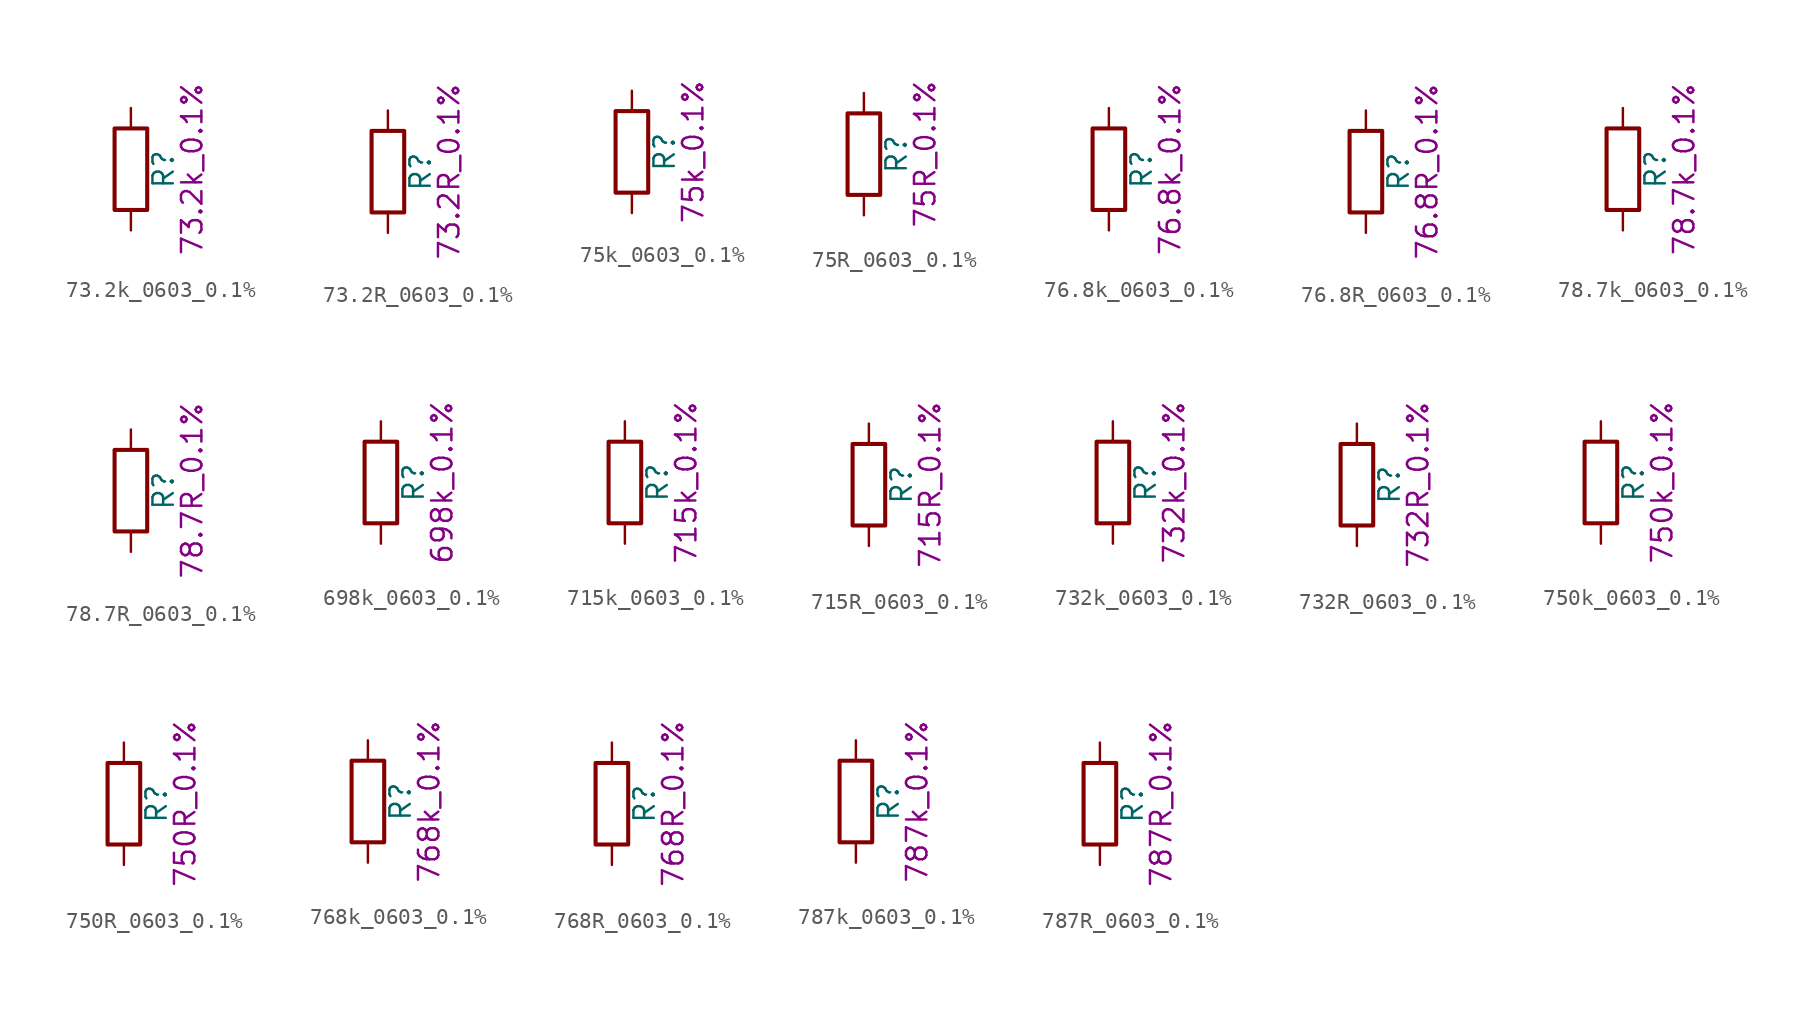
<source format=kicad_sym>
(kicad_symbol_lib
  (version 20211014)
  (generator kicad_symbol_editor)
  (symbol "73.2k_0603_0.1%"
    (pin_numbers hide)
    (pin_names
      (offset 0))
    (property "Reference" "R"
      (at 2.032 0 90)
      (effects (font (size 1.27 1.27))))
    (property "Display" "73.2k_0.1%"
      (at 3.81 0 90)
      (effects (font (size 1.27 1.27))))
    (symbol "73.2k_0603_0.1%_0_1"
      (rectangle (start -1.016 -2.54) (end 1.016 2.54) (stroke (width 0.254) (type default) (color 0 0 0 0)) (fill (type none))))
    (symbol "73.2k_0603_0.1%_1_1"
      (pin passive line (at 0 3.81 270) (length 1.27) (name "~" (effects (font (size 1.27 1.27)))) (number "1" (effects (font (size 1.27 1.27)))))
      (pin passive line (at 0 -3.81 90) (length 1.27) (name "~" (effects (font (size 1.27 1.27)))) (number "2" (effects (font (size 1.27 1.27)))))))
  (symbol "73.2R_0603_0.1%"
    (pin_numbers hide)
    (pin_names
      (offset 0))
    (property "Reference" "R"
      (at 2.032 0 90)
      (effects (font (size 1.27 1.27))))
    (property "Display" "73.2R_0.1%"
      (at 3.81 0 90)
      (effects (font (size 1.27 1.27))))
    (symbol "73.2R_0603_0.1%_0_1"
      (rectangle (start -1.016 -2.54) (end 1.016 2.54) (stroke (width 0.254) (type default) (color 0 0 0 0)) (fill (type none))))
    (symbol "73.2R_0603_0.1%_1_1"
      (pin passive line (at 0 3.81 270) (length 1.27) (name "~" (effects (font (size 1.27 1.27)))) (number "1" (effects (font (size 1.27 1.27)))))
      (pin passive line (at 0 -3.81 90) (length 1.27) (name "~" (effects (font (size 1.27 1.27)))) (number "2" (effects (font (size 1.27 1.27)))))))
  (symbol "75k_0603_0.1%"
    (pin_numbers hide)
    (pin_names
      (offset 0))
    (property "Reference" "R"
      (at 2.032 0 90)
      (effects (font (size 1.27 1.27))))
    (property "Display" "75k_0.1%"
      (at 3.81 0 90)
      (effects (font (size 1.27 1.27))))
    (symbol "75k_0603_0.1%_0_1"
      (rectangle (start -1.016 -2.54) (end 1.016 2.54) (stroke (width 0.254) (type default) (color 0 0 0 0)) (fill (type none))))
    (symbol "75k_0603_0.1%_1_1"
      (pin passive line (at 0 3.81 270) (length 1.27) (name "~" (effects (font (size 1.27 1.27)))) (number "1" (effects (font (size 1.27 1.27)))))
      (pin passive line (at 0 -3.81 90) (length 1.27) (name "~" (effects (font (size 1.27 1.27)))) (number "2" (effects (font (size 1.27 1.27)))))))
  (symbol "75R_0603_0.1%"
    (pin_numbers hide)
    (pin_names
      (offset 0))
    (property "Reference" "R"
      (at 2.032 0 90)
      (effects (font (size 1.27 1.27))))
    (property "Display" "75R_0.1%"
      (at 3.81 0 90)
      (effects (font (size 1.27 1.27))))
    (symbol "75R_0603_0.1%_0_1"
      (rectangle (start -1.016 -2.54) (end 1.016 2.54) (stroke (width 0.254) (type default) (color 0 0 0 0)) (fill (type none))))
    (symbol "75R_0603_0.1%_1_1"
      (pin passive line (at 0 3.81 270) (length 1.27) (name "~" (effects (font (size 1.27 1.27)))) (number "1" (effects (font (size 1.27 1.27)))))
      (pin passive line (at 0 -3.81 90) (length 1.27) (name "~" (effects (font (size 1.27 1.27)))) (number "2" (effects (font (size 1.27 1.27)))))))
  (symbol "76.8k_0603_0.1%"
    (pin_numbers hide)
    (pin_names
      (offset 0))
    (property "Reference" "R"
      (at 2.032 0 90)
      (effects (font (size 1.27 1.27))))
    (property "Display" "76.8k_0.1%"
      (at 3.81 0 90)
      (effects (font (size 1.27 1.27))))
    (symbol "76.8k_0603_0.1%_0_1"
      (rectangle (start -1.016 -2.54) (end 1.016 2.54) (stroke (width 0.254) (type default) (color 0 0 0 0)) (fill (type none))))
    (symbol "76.8k_0603_0.1%_1_1"
      (pin passive line (at 0 3.81 270) (length 1.27) (name "~" (effects (font (size 1.27 1.27)))) (number "1" (effects (font (size 1.27 1.27)))))
      (pin passive line (at 0 -3.81 90) (length 1.27) (name "~" (effects (font (size 1.27 1.27)))) (number "2" (effects (font (size 1.27 1.27)))))))
  (symbol "76.8R_0603_0.1%"
    (pin_numbers hide)
    (pin_names
      (offset 0))
    (property "Reference" "R"
      (at 2.032 0 90)
      (effects (font (size 1.27 1.27))))
    (property "Display" "76.8R_0.1%"
      (at 3.81 0 90)
      (effects (font (size 1.27 1.27))))
    (symbol "76.8R_0603_0.1%_0_1"
      (rectangle (start -1.016 -2.54) (end 1.016 2.54) (stroke (width 0.254) (type default) (color 0 0 0 0)) (fill (type none))))
    (symbol "76.8R_0603_0.1%_1_1"
      (pin passive line (at 0 3.81 270) (length 1.27) (name "~" (effects (font (size 1.27 1.27)))) (number "1" (effects (font (size 1.27 1.27)))))
      (pin passive line (at 0 -3.81 90) (length 1.27) (name "~" (effects (font (size 1.27 1.27)))) (number "2" (effects (font (size 1.27 1.27)))))))
  (symbol "78.7k_0603_0.1%"
    (pin_numbers hide)
    (pin_names
      (offset 0))
    (property "Reference" "R"
      (at 2.032 0 90)
      (effects (font (size 1.27 1.27))))
    (property "Display" "78.7k_0.1%"
      (at 3.81 0 90)
      (effects (font (size 1.27 1.27))))
    (symbol "78.7k_0603_0.1%_0_1"
      (rectangle (start -1.016 -2.54) (end 1.016 2.54) (stroke (width 0.254) (type default) (color 0 0 0 0)) (fill (type none))))
    (symbol "78.7k_0603_0.1%_1_1"
      (pin passive line (at 0 3.81 270) (length 1.27) (name "~" (effects (font (size 1.27 1.27)))) (number "1" (effects (font (size 1.27 1.27)))))
      (pin passive line (at 0 -3.81 90) (length 1.27) (name "~" (effects (font (size 1.27 1.27)))) (number "2" (effects (font (size 1.27 1.27)))))))
  (symbol "78.7R_0603_0.1%"
    (pin_numbers hide)
    (pin_names
      (offset 0))
    (property "Reference" "R"
      (at 2.032 0 90)
      (effects (font (size 1.27 1.27))))
    (property "Display" "78.7R_0.1%"
      (at 3.81 0 90)
      (effects (font (size 1.27 1.27))))
    (symbol "78.7R_0603_0.1%_0_1"
      (rectangle (start -1.016 -2.54) (end 1.016 2.54) (stroke (width 0.254) (type default) (color 0 0 0 0)) (fill (type none))))
    (symbol "78.7R_0603_0.1%_1_1"
      (pin passive line (at 0 3.81 270) (length 1.27) (name "~" (effects (font (size 1.27 1.27)))) (number "1" (effects (font (size 1.27 1.27)))))
      (pin passive line (at 0 -3.81 90) (length 1.27) (name "~" (effects (font (size 1.27 1.27)))) (number "2" (effects (font (size 1.27 1.27)))))))
  (symbol "698k_0603_0.1%"
    (pin_numbers hide)
    (pin_names
      (offset 0))
    (property "Reference" "R"
      (at 2.032 0 90)
      (effects (font (size 1.27 1.27))))
    (property "Display" "698k_0.1%"
      (at 3.81 0 90)
      (effects (font (size 1.27 1.27))))
    (symbol "698k_0603_0.1%_0_1"
      (rectangle (start -1.016 -2.54) (end 1.016 2.54) (stroke (width 0.254) (type default) (color 0 0 0 0)) (fill (type none))))
    (symbol "698k_0603_0.1%_1_1"
      (pin passive line (at 0 3.81 270) (length 1.27) (name "~" (effects (font (size 1.27 1.27)))) (number "1" (effects (font (size 1.27 1.27)))))
      (pin passive line (at 0 -3.81 90) (length 1.27) (name "~" (effects (font (size 1.27 1.27)))) (number "2" (effects (font (size 1.27 1.27)))))))
  (symbol "715k_0603_0.1%"
    (pin_numbers hide)
    (pin_names
      (offset 0))
    (property "Reference" "R"
      (at 2.032 0 90)
      (effects (font (size 1.27 1.27))))
    (property "Display" "715k_0.1%"
      (at 3.81 0 90)
      (effects (font (size 1.27 1.27))))
    (symbol "715k_0603_0.1%_0_1"
      (rectangle (start -1.016 -2.54) (end 1.016 2.54) (stroke (width 0.254) (type default) (color 0 0 0 0)) (fill (type none))))
    (symbol "715k_0603_0.1%_1_1"
      (pin passive line (at 0 3.81 270) (length 1.27) (name "~" (effects (font (size 1.27 1.27)))) (number "1" (effects (font (size 1.27 1.27)))))
      (pin passive line (at 0 -3.81 90) (length 1.27) (name "~" (effects (font (size 1.27 1.27)))) (number "2" (effects (font (size 1.27 1.27)))))))
  (symbol "715R_0603_0.1%"
    (pin_numbers hide)
    (pin_names
      (offset 0))
    (property "Reference" "R"
      (at 2.032 0 90)
      (effects (font (size 1.27 1.27))))
    (property "Display" "715R_0.1%"
      (at 3.81 0 90)
      (effects (font (size 1.27 1.27))))
    (symbol "715R_0603_0.1%_0_1"
      (rectangle (start -1.016 -2.54) (end 1.016 2.54) (stroke (width 0.254) (type default) (color 0 0 0 0)) (fill (type none))))
    (symbol "715R_0603_0.1%_1_1"
      (pin passive line (at 0 3.81 270) (length 1.27) (name "~" (effects (font (size 1.27 1.27)))) (number "1" (effects (font (size 1.27 1.27)))))
      (pin passive line (at 0 -3.81 90) (length 1.27) (name "~" (effects (font (size 1.27 1.27)))) (number "2" (effects (font (size 1.27 1.27)))))))
  (symbol "732k_0603_0.1%"
    (pin_numbers hide)
    (pin_names
      (offset 0))
    (property "Reference" "R"
      (at 2.032 0 90)
      (effects (font (size 1.27 1.27))))
    (property "Display" "732k_0.1%"
      (at 3.81 0 90)
      (effects (font (size 1.27 1.27))))
    (symbol "732k_0603_0.1%_0_1"
      (rectangle (start -1.016 -2.54) (end 1.016 2.54) (stroke (width 0.254) (type default) (color 0 0 0 0)) (fill (type none))))
    (symbol "732k_0603_0.1%_1_1"
      (pin passive line (at 0 3.81 270) (length 1.27) (name "~" (effects (font (size 1.27 1.27)))) (number "1" (effects (font (size 1.27 1.27)))))
      (pin passive line (at 0 -3.81 90) (length 1.27) (name "~" (effects (font (size 1.27 1.27)))) (number "2" (effects (font (size 1.27 1.27)))))))
  (symbol "732R_0603_0.1%"
    (pin_numbers hide)
    (pin_names
      (offset 0))
    (property "Reference" "R"
      (at 2.032 0 90)
      (effects (font (size 1.27 1.27))))
    (property "Display" "732R_0.1%"
      (at 3.81 0 90)
      (effects (font (size 1.27 1.27))))
    (symbol "732R_0603_0.1%_0_1"
      (rectangle (start -1.016 -2.54) (end 1.016 2.54) (stroke (width 0.254) (type default) (color 0 0 0 0)) (fill (type none))))
    (symbol "732R_0603_0.1%_1_1"
      (pin passive line (at 0 3.81 270) (length 1.27) (name "~" (effects (font (size 1.27 1.27)))) (number "1" (effects (font (size 1.27 1.27)))))
      (pin passive line (at 0 -3.81 90) (length 1.27) (name "~" (effects (font (size 1.27 1.27)))) (number "2" (effects (font (size 1.27 1.27)))))))
  (symbol "750k_0603_0.1%"
    (pin_numbers hide)
    (pin_names
      (offset 0))
    (property "Reference" "R"
      (at 2.032 0 90)
      (effects (font (size 1.27 1.27))))
    (property "Display" "750k_0.1%"
      (at 3.81 0 90)
      (effects (font (size 1.27 1.27))))
    (symbol "750k_0603_0.1%_0_1"
      (rectangle (start -1.016 -2.54) (end 1.016 2.54) (stroke (width 0.254) (type default) (color 0 0 0 0)) (fill (type none))))
    (symbol "750k_0603_0.1%_1_1"
      (pin passive line (at 0 3.81 270) (length 1.27) (name "~" (effects (font (size 1.27 1.27)))) (number "1" (effects (font (size 1.27 1.27)))))
      (pin passive line (at 0 -3.81 90) (length 1.27) (name "~" (effects (font (size 1.27 1.27)))) (number "2" (effects (font (size 1.27 1.27)))))))
  (symbol "750R_0603_0.1%"
    (pin_numbers hide)
    (pin_names
      (offset 0))
    (property "Reference" "R"
      (at 2.032 0 90)
      (effects (font (size 1.27 1.27))))
    (property "Display" "750R_0.1%"
      (at 3.81 0 90)
      (effects (font (size 1.27 1.27))))
    (symbol "750R_0603_0.1%_0_1"
      (rectangle (start -1.016 -2.54) (end 1.016 2.54) (stroke (width 0.254) (type default) (color 0 0 0 0)) (fill (type none))))
    (symbol "750R_0603_0.1%_1_1"
      (pin passive line (at 0 3.81 270) (length 1.27) (name "~" (effects (font (size 1.27 1.27)))) (number "1" (effects (font (size 1.27 1.27)))))
      (pin passive line (at 0 -3.81 90) (length 1.27) (name "~" (effects (font (size 1.27 1.27)))) (number "2" (effects (font (size 1.27 1.27)))))))
  (symbol "768k_0603_0.1%"
    (pin_numbers hide)
    (pin_names
      (offset 0))
    (property "Reference" "R"
      (at 2.032 0 90)
      (effects (font (size 1.27 1.27))))
    (property "Display" "768k_0.1%"
      (at 3.81 0 90)
      (effects (font (size 1.27 1.27))))
    (symbol "768k_0603_0.1%_0_1"
      (rectangle (start -1.016 -2.54) (end 1.016 2.54) (stroke (width 0.254) (type default) (color 0 0 0 0)) (fill (type none))))
    (symbol "768k_0603_0.1%_1_1"
      (pin passive line (at 0 3.81 270) (length 1.27) (name "~" (effects (font (size 1.27 1.27)))) (number "1" (effects (font (size 1.27 1.27)))))
      (pin passive line (at 0 -3.81 90) (length 1.27) (name "~" (effects (font (size 1.27 1.27)))) (number "2" (effects (font (size 1.27 1.27)))))))
  (symbol "768R_0603_0.1%"
    (pin_numbers hide)
    (pin_names
      (offset 0))
    (property "Reference" "R"
      (at 2.032 0 90)
      (effects (font (size 1.27 1.27))))
    (property "Display" "768R_0.1%"
      (at 3.81 0 90)
      (effects (font (size 1.27 1.27))))
    (symbol "768R_0603_0.1%_0_1"
      (rectangle (start -1.016 -2.54) (end 1.016 2.54) (stroke (width 0.254) (type default) (color 0 0 0 0)) (fill (type none))))
    (symbol "768R_0603_0.1%_1_1"
      (pin passive line (at 0 3.81 270) (length 1.27) (name "~" (effects (font (size 1.27 1.27)))) (number "1" (effects (font (size 1.27 1.27)))))
      (pin passive line (at 0 -3.81 90) (length 1.27) (name "~" (effects (font (size 1.27 1.27)))) (number "2" (effects (font (size 1.27 1.27)))))))
  (symbol "787k_0603_0.1%"
    (pin_numbers hide)
    (pin_names
      (offset 0))
    (property "Reference" "R"
      (at 2.032 0 90)
      (effects (font (size 1.27 1.27))))
    (property "Display" "787k_0.1%"
      (at 3.81 0 90)
      (effects (font (size 1.27 1.27))))
    (symbol "787k_0603_0.1%_0_1"
      (rectangle (start -1.016 -2.54) (end 1.016 2.54) (stroke (width 0.254) (type default) (color 0 0 0 0)) (fill (type none))))
    (symbol "787k_0603_0.1%_1_1"
      (pin passive line (at 0 3.81 270) (length 1.27) (name "~" (effects (font (size 1.27 1.27)))) (number "1" (effects (font (size 1.27 1.27)))))
      (pin passive line (at 0 -3.81 90) (length 1.27) (name "~" (effects (font (size 1.27 1.27)))) (number "2" (effects (font (size 1.27 1.27)))))))
  (symbol "787R_0603_0.1%"
    (pin_numbers hide)
    (pin_names
      (offset 0))
    (property "Reference" "R"
      (at 2.032 0 90)
      (effects (font (size 1.27 1.27))))
    (property "Display" "787R_0.1%"
      (at 3.81 0 90)
      (effects (font (size 1.27 1.27))))
    (symbol "787R_0603_0.1%_0_1"
      (rectangle (start -1.016 -2.54) (end 1.016 2.54) (stroke (width 0.254) (type default) (color 0 0 0 0)) (fill (type none))))
    (symbol "787R_0603_0.1%_1_1"
      (pin passive line (at 0 3.81 270) (length 1.27) (name "~" (effects (font (size 1.27 1.27)))) (number "1" (effects (font (size 1.27 1.27)))))
      (pin passive line (at 0 -3.81 90) (length 1.27) (name "~" (effects (font (size 1.27 1.27)))) (number "2" (effects (font (size 1.27 1.27))))))))
</source>
